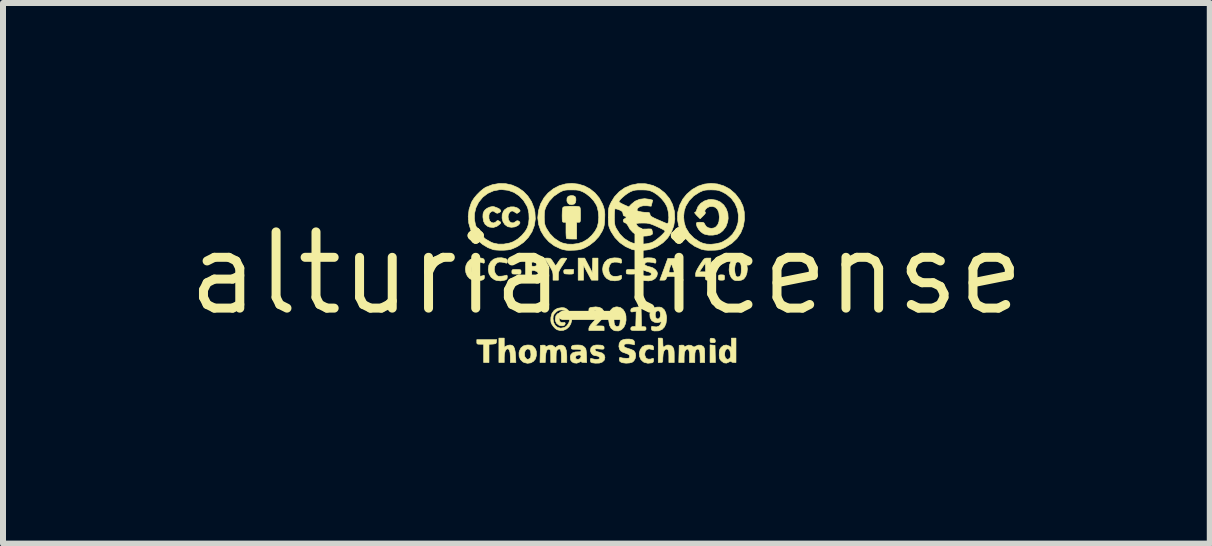
<source format=kicad_pcb>
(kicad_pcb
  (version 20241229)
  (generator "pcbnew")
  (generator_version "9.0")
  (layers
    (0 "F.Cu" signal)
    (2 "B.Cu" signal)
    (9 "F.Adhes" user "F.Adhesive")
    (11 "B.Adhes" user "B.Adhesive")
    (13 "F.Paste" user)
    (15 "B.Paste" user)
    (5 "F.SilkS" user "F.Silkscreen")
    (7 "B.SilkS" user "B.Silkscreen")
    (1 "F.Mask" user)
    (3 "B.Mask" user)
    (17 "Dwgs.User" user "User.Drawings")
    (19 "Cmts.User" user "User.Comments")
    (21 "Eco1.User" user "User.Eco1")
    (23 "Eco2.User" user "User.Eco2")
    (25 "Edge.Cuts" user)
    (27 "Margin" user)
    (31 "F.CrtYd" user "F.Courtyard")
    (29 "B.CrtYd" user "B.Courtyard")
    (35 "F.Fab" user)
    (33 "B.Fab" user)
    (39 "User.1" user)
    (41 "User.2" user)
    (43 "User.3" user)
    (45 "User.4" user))
  (footprint "alturia_license"
    (layer "F.Cu")
    (at 7.053 1.504)
    (property "Reference" "alturia_license" (at 0 0 0) (layer "F.SilkS") (effects (font (size 1.27 1.27) (thickness 0.15))))
    (attr exclude_from_pos_files exclude_from_bom)
    (fp_poly (pts (xy 1.81 1.2) (xy 1.813 1.343) (xy 1.817 1.486) (xy 1.727 1.486) (xy 1.727 1.192) (xy 1.81 1.2)) (stroke (width 0.01) (type solid)) (fill yes) (layer "F.SilkS"))
    (fp_poly (pts (xy 1.768 1.082) (xy 1.798 1.089) (xy 1.811 1.105) (xy 1.814 1.121) (xy 1.814 1.144) (xy 1.803 1.154) (xy 1.774 1.156) (xy 1.772 1.156) (xy 1.742 1.154) (xy 1.73 1.143) (xy 1.727 1.118) (xy 1.727 1.117) (xy 1.73 1.09) (xy 1.742 1.081) (xy 1.768 1.082)) (stroke (width 0.01) (type solid)) (fill yes) (layer "F.SilkS"))
    (fp_poly (pts (xy -0.14 0.114) (xy -0.248 0.114) (xy -0.314 -0.01) (xy -0.38 -0.133) (xy -0.381 -0.01) (xy -0.381 0.114) (xy -0.47 0.114) (xy -0.47 -0.254) (xy -0.416 -0.254) (xy -0.362 -0.254) (xy -0.298 -0.132) (xy -0.235 -0.011) (xy -0.231 -0.132) (xy -0.228 -0.254) (xy -0.14 -0.254) (xy -0.14 0.114)) (stroke (width 0.01) (type solid)) (fill yes) (layer "F.SilkS"))
    (fp_poly (pts (xy -1.831 1.14) (xy -1.836 1.161) (xy -1.849 1.172) (xy -1.877 1.177) (xy -1.895 1.179) (xy -1.956 1.182) (xy -1.956 1.486) (xy -2.045 1.486) (xy -2.045 1.181) (xy -2.102 1.181) (xy -2.137 1.18) (xy -2.154 1.174) (xy -2.159 1.157) (xy -2.159 1.143) (xy -2.159 1.105) (xy -1.827 1.105) (xy -1.831 1.14)) (stroke (width 0.01) (type solid)) (fill yes) (layer "F.SilkS"))
    (fp_poly (pts (xy -0.554 -1.294) (xy -0.526 -1.282) (xy -0.523 -1.28) (xy -0.51 -1.253) (xy -0.508 -1.217) (xy -0.515 -1.181) (xy -0.53 -1.158) (xy -0.533 -1.156) (xy -0.576 -1.144) (xy -0.617 -1.15) (xy -0.639 -1.166) (xy -0.658 -1.204) (xy -0.656 -1.249) (xy -0.647 -1.271) (xy -0.626 -1.287) (xy -0.591 -1.295) (xy -0.554 -1.294)) (stroke (width 0.01) (type solid)) (fill yes) (layer "F.SilkS"))
    (fp_poly (pts (xy 1.95 0.027) (xy 1.965 0.035) (xy 1.968 0.057) (xy 1.968 0.07) (xy 1.967 0.098) (xy 1.957 0.111) (xy 1.933 0.114) (xy 1.918 0.114) (xy 1.885 0.113) (xy 1.871 0.105) (xy 1.867 0.083) (xy 1.867 0.07) (xy 1.868 0.041) (xy 1.878 0.029) (xy 1.903 0.025) (xy 1.918 0.025) (xy 1.95 0.027)) (stroke (width 0.01) (type solid)) (fill yes) (layer "F.SilkS"))
    (fp_poly (pts (xy -0.546 -0.025) (xy -0.547 -0.004) (xy -0.554 0.007) (xy -0.574 0.012) (xy -0.612 0.013) (xy -0.62 0.013) (xy -0.662 0.011) (xy -0.692 0.008) (xy -0.703 0.004) (xy -0.709 -0.014) (xy -0.711 -0.034) (xy -0.709 -0.05) (xy -0.7 -0.059) (xy -0.678 -0.063) (xy -0.638 -0.063) (xy -0.629 -0.064) (xy -0.546 -0.064) (xy -0.546 -0.025)) (stroke (width 0.01) (type solid)) (fill yes) (layer "F.SilkS"))
    (fp_poly (pts (xy -1.456 -0.063) (xy -1.434 -0.06) (xy -1.424 -0.05) (xy -1.422 -0.032) (xy -1.422 -0.025) (xy -1.423 -0.004) (xy -1.43 0.007) (xy -1.449 0.012) (xy -1.486 0.013) (xy -1.499 0.013) (xy -1.541 0.012) (xy -1.564 0.009) (xy -1.573 -0.001) (xy -1.575 -0.019) (xy -1.575 -0.025) (xy -1.574 -0.046) (xy -1.567 -0.058) (xy -1.548 -0.063) (xy -1.511 -0.063) (xy -1.499 -0.064) (xy -1.456 -0.063)) (stroke (width 0.01) (type solid)) (fill yes) (layer "F.SilkS"))
    (fp_poly (pts (xy 0.449 -0.063) (xy 0.471 -0.06) (xy 0.481 -0.05) (xy 0.483 -0.032) (xy 0.483 -0.025) (xy 0.482 -0.004) (xy 0.475 0.007) (xy 0.456 0.012) (xy 0.419 0.013) (xy 0.406 0.013) (xy 0.364 0.012) (xy 0.341 0.009) (xy 0.332 -0.001) (xy 0.33 -0.019) (xy 0.33 -0.025) (xy 0.331 -0.046) (xy 0.338 -0.058) (xy 0.357 -0.063) (xy 0.394 -0.063) (xy 0.406 -0.064) (xy 0.449 -0.063)) (stroke (width 0.01) (type solid)) (fill yes) (layer "F.SilkS"))
    (fp_poly (pts (xy -1.702 1.233) (xy -1.674 1.214) (xy -1.64 1.199) (xy -1.604 1.194) (xy -1.571 1.2) (xy -1.547 1.219) (xy -1.53 1.255) (xy -1.519 1.31) (xy -1.514 1.372) (xy -1.508 1.486) (xy -1.6 1.486) (xy -1.6 1.396) (xy -1.604 1.327) (xy -1.615 1.282) (xy -1.633 1.26) (xy -1.644 1.257) (xy -1.671 1.269) (xy -1.689 1.303) (xy -1.7 1.357) (xy -1.702 1.4) (xy -1.702 1.486) (xy -1.791 1.486) (xy -1.791 1.079) (xy -1.702 1.079) (xy -1.702 1.233)) (stroke (width 0.01) (type solid)) (fill yes) (layer "F.SilkS"))
    (fp_poly (pts (xy -0.713 0.656) (xy -0.695 0.663) (xy -0.689 0.68) (xy -0.688 0.681) (xy -0.689 0.7) (xy -0.705 0.704) (xy -0.717 0.702) (xy -0.755 0.705) (xy -0.78 0.728) (xy -0.787 0.762) (xy -0.778 0.8) (xy -0.753 0.82) (xy -0.718 0.82) (xy -0.694 0.818) (xy -0.686 0.83) (xy -0.686 0.837) (xy -0.696 0.861) (xy -0.723 0.874) (xy -0.76 0.874) (xy -0.794 0.862) (xy -0.831 0.831) (xy -0.849 0.79) (xy -0.851 0.761) (xy -0.842 0.708) (xy -0.815 0.674) (xy -0.77 0.657) (xy -0.748 0.655) (xy -0.713 0.656)) (stroke (width 0.01) (type solid)) (fill yes) (layer "F.SilkS"))
    (fp_poly (pts (xy 0.743 1.196) (xy 0.772 1.206) (xy 0.785 1.224) (xy 0.787 1.246) (xy 0.785 1.271) (xy 0.775 1.275) (xy 0.757 1.268) (xy 0.711 1.258) (xy 0.674 1.27) (xy 0.648 1.3) (xy 0.639 1.343) (xy 0.641 1.367) (xy 0.658 1.408) (xy 0.691 1.429) (xy 0.735 1.429) (xy 0.748 1.425) (xy 0.775 1.417) (xy 0.786 1.423) (xy 0.787 1.446) (xy 0.787 1.447) (xy 0.781 1.477) (xy 0.759 1.491) (xy 0.691 1.498) (xy 0.63 1.483) (xy 0.614 1.474) (xy 0.575 1.437) (xy 0.553 1.386) (xy 0.548 1.328) (xy 0.564 1.272) (xy 0.565 1.27) (xy 0.6 1.224) (xy 0.649 1.199) (xy 0.694 1.194) (xy 0.743 1.196)) (stroke (width 0.01) (type solid)) (fill yes) (layer "F.SilkS"))
    (fp_poly (pts (xy 0.544 0.561) (xy 0.578 0.565) (xy 0.585 0.889) (xy 0.623 0.889) (xy 0.65 0.892) (xy 0.66 0.907) (xy 0.66 0.921) (xy 0.66 0.935) (xy 0.654 0.944) (xy 0.64 0.95) (xy 0.611 0.952) (xy 0.564 0.952) (xy 0.533 0.953) (xy 0.476 0.952) (xy 0.439 0.951) (xy 0.418 0.947) (xy 0.409 0.94) (xy 0.406 0.928) (xy 0.406 0.922) (xy 0.411 0.899) (xy 0.429 0.889) (xy 0.448 0.887) (xy 0.489 0.883) (xy 0.493 0.757) (xy 0.496 0.632) (xy 0.451 0.64) (xy 0.422 0.644) (xy 0.409 0.638) (xy 0.406 0.619) (xy 0.406 0.617) (xy 0.411 0.595) (xy 0.428 0.581) (xy 0.458 0.571) (xy 0.5 0.563) (xy 0.538 0.561) (xy 0.544 0.561)) (stroke (width 0.01) (type solid)) (fill yes) (layer "F.SilkS"))
    (fp_poly (pts (xy -0.116 0.567) (xy -0.072 0.59) (xy -0.045 0.628) (xy -0.039 0.664) (xy -0.042 0.7) (xy -0.057 0.734) (xy -0.086 0.773) (xy -0.125 0.816) (xy -0.183 0.876) (xy -0.111 0.876) (xy -0.07 0.877) (xy -0.048 0.881) (xy -0.04 0.891) (xy -0.038 0.911) (xy -0.038 0.914) (xy -0.038 0.953) (xy -0.292 0.953) (xy -0.292 0.919) (xy -0.285 0.894) (xy -0.264 0.86) (xy -0.226 0.816) (xy -0.21 0.799) (xy -0.165 0.75) (xy -0.138 0.713) (xy -0.129 0.684) (xy -0.136 0.66) (xy -0.153 0.641) (xy -0.171 0.627) (xy -0.189 0.623) (xy -0.216 0.63) (xy -0.236 0.637) (xy -0.292 0.657) (xy -0.292 0.616) (xy -0.289 0.586) (xy -0.273 0.572) (xy -0.252 0.567) (xy -0.177 0.559) (xy -0.116 0.567)) (stroke (width 0.01) (type solid)) (fill yes) (layer "F.SilkS"))
    (fp_poly (pts (xy 0.923 1.08) (xy 0.934 1.087) (xy 0.939 1.106) (xy 0.94 1.143) (xy 0.94 1.156) (xy 0.942 1.203) (xy 0.949 1.227) (xy 0.961 1.229) (xy 0.978 1.213) (xy 1.007 1.196) (xy 1.045 1.195) (xy 1.083 1.208) (xy 1.104 1.227) (xy 1.117 1.248) (xy 1.125 1.274) (xy 1.129 1.311) (xy 1.13 1.366) (xy 1.13 1.373) (xy 1.13 1.486) (xy 1.041 1.486) (xy 1.041 1.386) (xy 1.039 1.322) (xy 1.03 1.282) (xy 1.015 1.263) (xy 0.992 1.264) (xy 0.98 1.269) (xy 0.96 1.293) (xy 0.946 1.341) (xy 0.94 1.41) (xy 0.94 1.432) (xy 0.939 1.466) (xy 0.931 1.481) (xy 0.913 1.486) (xy 0.902 1.486) (xy 0.864 1.486) (xy 0.864 1.079) (xy 0.902 1.079) (xy 0.923 1.08)) (stroke (width 0.01) (type solid)) (fill yes) (layer "F.SilkS"))
    (fp_poly (pts (xy -1.486 -1.091) (xy -1.453 -1.066) (xy -1.438 -1.046) (xy -1.44 -1.033) (xy -1.46 -1.016) (xy -1.483 -1.001) (xy -1.5 -1.002) (xy -1.522 -1.017) (xy -1.557 -1.038) (xy -1.585 -1.037) (xy -1.613 -1.016) (xy -1.634 -0.977) (xy -1.638 -0.94) (xy -1.63 -0.892) (xy -1.608 -0.858) (xy -1.577 -0.841) (xy -1.543 -0.842) (xy -1.514 -0.861) (xy -1.489 -0.877) (xy -1.462 -0.872) (xy -1.462 -0.872) (xy -1.441 -0.853) (xy -1.443 -0.829) (xy -1.47 -0.801) (xy -1.474 -0.797) (xy -1.524 -0.774) (xy -1.582 -0.767) (xy -1.638 -0.776) (xy -1.647 -0.78) (xy -1.692 -0.813) (xy -1.723 -0.862) (xy -1.738 -0.919) (xy -1.736 -0.978) (xy -1.716 -1.032) (xy -1.697 -1.058) (xy -1.651 -1.091) (xy -1.596 -1.107) (xy -1.538 -1.107) (xy -1.486 -1.091)) (stroke (width 0.01) (type solid)) (fill yes) (layer "F.SilkS"))
    (fp_poly (pts (xy -1.262 1.197) (xy -1.232 1.208) (xy -1.206 1.231) (xy -1.18 1.264) (xy -1.168 1.302) (xy -1.166 1.355) (xy -1.167 1.372) (xy -1.182 1.426) (xy -1.215 1.466) (xy -1.26 1.491) (xy -1.314 1.499) (xy -1.37 1.486) (xy -1.393 1.474) (xy -1.432 1.436) (xy -1.454 1.384) (xy -1.455 1.348) (xy -1.366 1.348) (xy -1.36 1.387) (xy -1.34 1.417) (xy -1.337 1.419) (xy -1.318 1.432) (xy -1.303 1.432) (xy -1.282 1.422) (xy -1.266 1.407) (xy -1.259 1.38) (xy -1.257 1.347) (xy -1.263 1.296) (xy -1.281 1.266) (xy -1.311 1.259) (xy -1.317 1.26) (xy -1.343 1.276) (xy -1.36 1.308) (xy -1.366 1.348) (xy -1.455 1.348) (xy -1.456 1.325) (xy -1.45 1.296) (xy -1.423 1.242) (xy -1.382 1.209) (xy -1.325 1.195) (xy -1.305 1.194) (xy -1.262 1.197)) (stroke (width 0.01) (type solid)) (fill yes) (layer "F.SilkS"))
    (fp_poly (pts (xy -0.679 -0.252) (xy -0.661 -0.249) (xy -0.66 -0.247) (xy -0.667 -0.235) (xy -0.685 -0.206) (xy -0.711 -0.166) (xy -0.73 -0.136) (xy -0.763 -0.087) (xy -0.783 -0.05) (xy -0.795 -0.021) (xy -0.799 0.009) (xy -0.8 0.041) (xy -0.8 0.114) (xy -0.889 0.114) (xy -0.889 0.043) (xy -0.89 0.014) (xy -0.893 -0.011) (xy -0.901 -0.037) (xy -0.915 -0.068) (xy -0.938 -0.108) (xy -0.972 -0.161) (xy -1.013 -0.225) (xy -1.023 -0.244) (xy -1.019 -0.252) (xy -0.997 -0.254) (xy -0.981 -0.254) (xy -0.951 -0.252) (xy -0.93 -0.243) (xy -0.91 -0.222) (xy -0.889 -0.191) (xy -0.867 -0.157) (xy -0.851 -0.134) (xy -0.845 -0.127) (xy -0.836 -0.137) (xy -0.819 -0.162) (xy -0.8 -0.191) (xy -0.776 -0.226) (xy -0.756 -0.245) (xy -0.734 -0.253) (xy -0.71 -0.254) (xy -0.679 -0.252)) (stroke (width 0.01) (type solid)) (fill yes) (layer "F.SilkS"))
    (fp_poly (pts (xy -0.515 -1.117) (xy -0.474 -1.114) (xy -0.452 -1.11) (xy -0.442 -1.102) (xy -0.436 -1.084) (xy -0.433 -1.05) (xy -0.432 -0.998) (xy -0.432 -0.977) (xy -0.432 -0.919) (xy -0.433 -0.883) (xy -0.437 -0.862) (xy -0.444 -0.853) (xy -0.456 -0.851) (xy -0.464 -0.851) (xy -0.495 -0.851) (xy -0.495 -0.572) (xy -0.576 -0.572) (xy -0.619 -0.573) (xy -0.651 -0.576) (xy -0.665 -0.58) (xy -0.668 -0.595) (xy -0.671 -0.631) (xy -0.673 -0.68) (xy -0.673 -0.72) (xy -0.673 -0.851) (xy -0.705 -0.851) (xy -0.72 -0.852) (xy -0.729 -0.858) (xy -0.734 -0.873) (xy -0.736 -0.903) (xy -0.737 -0.953) (xy -0.737 -0.969) (xy -0.735 -1.034) (xy -0.73 -1.079) (xy -0.722 -1.102) (xy -0.721 -1.102) (xy -0.703 -1.109) (xy -0.666 -1.114) (xy -0.618 -1.117) (xy -0.565 -1.118) (xy -0.515 -1.117)) (stroke (width 0.01) (type solid)) (fill yes) (layer "F.SilkS"))
    (fp_poly (pts (xy 1.279 0.114) (xy 1.232 0.114) (xy 1.198 0.111) (xy 1.178 0.096) (xy 1.171 0.083) (xy 1.16 0.065) (xy 1.144 0.055) (xy 1.115 0.051) (xy 1.081 0.051) (xy 1.039 0.052) (xy 1.015 0.056) (xy 1.004 0.067) (xy 0.998 0.083) (xy 0.989 0.103) (xy 0.97 0.113) (xy 0.94 0.114) (xy 0.89 0.114) (xy 0.929 0.01) (xy 0.941 -0.025) (xy 1.043 -0.025) (xy 1.052 -0.015) (xy 1.078 -0.013) (xy 1.086 -0.013) (xy 1.116 -0.014) (xy 1.128 -0.022) (xy 1.126 -0.041) (xy 1.125 -0.046) (xy 1.113 -0.083) (xy 1.099 -0.119) (xy 1.083 -0.159) (xy 1.067 -0.121) (xy 1.054 -0.081) (xy 1.045 -0.048) (xy 1.043 -0.025) (xy 0.941 -0.025) (xy 0.951 -0.05) (xy 0.974 -0.113) (xy 0.993 -0.165) (xy 0.995 -0.171) (xy 1.023 -0.248) (xy 1.145 -0.248) (xy 1.279 0.114)) (stroke (width 0.01) (type solid)) (fill yes) (layer "F.SilkS"))
    (fp_poly (pts (xy -2.099 -0.256) (xy -2.067 -0.25) (xy -2.042 -0.238) (xy -2.033 -0.215) (xy -2.032 -0.202) (xy -2.034 -0.175) (xy -2.044 -0.169) (xy -2.054 -0.172) (xy -2.103 -0.186) (xy -2.154 -0.187) (xy -2.196 -0.176) (xy -2.209 -0.169) (xy -2.234 -0.134) (xy -2.246 -0.086) (xy -2.244 -0.035) (xy -2.228 0.009) (xy -2.223 0.016) (xy -2.2 0.039) (xy -2.171 0.049) (xy -2.138 0.051) (xy -2.097 0.048) (xy -2.064 0.041) (xy -2.057 0.038) (xy -2.039 0.032) (xy -2.033 0.042) (xy -2.032 0.062) (xy -2.037 0.09) (xy -2.057 0.107) (xy -2.072 0.113) (xy -2.143 0.125) (xy -2.218 0.117) (xy -2.227 0.114) (xy -2.28 0.086) (xy -2.318 0.043) (xy -2.341 -0.011) (xy -2.349 -0.071) (xy -2.34 -0.13) (xy -2.315 -0.183) (xy -2.273 -0.226) (xy -2.262 -0.233) (xy -2.217 -0.25) (xy -2.158 -0.258) (xy -2.099 -0.256)) (stroke (width 0.01) (type solid)) (fill yes) (layer "F.SilkS"))
    (fp_poly (pts (xy 0.197 -0.255) (xy 0.219 -0.25) (xy 0.244 -0.238) (xy 0.253 -0.215) (xy 0.254 -0.202) (xy 0.252 -0.175) (xy 0.242 -0.169) (xy 0.232 -0.172) (xy 0.183 -0.186) (xy 0.132 -0.187) (xy 0.09 -0.176) (xy 0.077 -0.169) (xy 0.052 -0.134) (xy 0.04 -0.086) (xy 0.042 -0.035) (xy 0.058 0.009) (xy 0.063 0.016) (xy 0.086 0.039) (xy 0.115 0.049) (xy 0.148 0.051) (xy 0.189 0.048) (xy 0.222 0.041) (xy 0.229 0.038) (xy 0.247 0.032) (xy 0.253 0.042) (xy 0.254 0.062) (xy 0.249 0.09) (xy 0.229 0.107) (xy 0.214 0.113) (xy 0.143 0.125) (xy 0.068 0.117) (xy 0.059 0.114) (xy 0.006 0.086) (xy -0.032 0.043) (xy -0.056 -0.011) (xy -0.063 -0.071) (xy -0.054 -0.13) (xy -0.028 -0.183) (xy 0.015 -0.226) (xy 0.021 -0.23) (xy 0.071 -0.25) (xy 0.134 -0.258) (xy 0.197 -0.255)) (stroke (width 0.01) (type solid)) (fill yes) (layer "F.SilkS"))
    (fp_poly (pts (xy 0.233 0.57) (xy 0.277 0.602) (xy 0.308 0.65) (xy 0.326 0.711) (xy 0.328 0.781) (xy 0.317 0.841) (xy 0.29 0.9) (xy 0.25 0.94) (xy 0.201 0.96) (xy 0.146 0.957) (xy 0.12 0.948) (xy 0.078 0.915) (xy 0.051 0.862) (xy 0.039 0.788) (xy 0.039 0.774) (xy 0.126 0.774) (xy 0.129 0.823) (xy 0.138 0.86) (xy 0.14 0.864) (xy 0.163 0.885) (xy 0.193 0.886) (xy 0.215 0.871) (xy 0.223 0.849) (xy 0.228 0.81) (xy 0.231 0.762) (xy 0.23 0.715) (xy 0.226 0.676) (xy 0.223 0.663) (xy 0.205 0.635) (xy 0.179 0.629) (xy 0.152 0.646) (xy 0.149 0.648) (xy 0.137 0.678) (xy 0.129 0.723) (xy 0.126 0.774) (xy 0.039 0.774) (xy 0.038 0.756) (xy 0.046 0.676) (xy 0.068 0.617) (xy 0.105 0.578) (xy 0.157 0.56) (xy 0.18 0.559) (xy 0.233 0.57)) (stroke (width 0.01) (type solid)) (fill yes) (layer "F.SilkS"))
    (fp_poly (pts (xy -1.707 -0.252) (xy -1.672 -0.242) (xy -1.656 -0.229) (xy -1.651 -0.209) (xy -1.651 -0.2) (xy -1.654 -0.175) (xy -1.664 -0.169) (xy -1.673 -0.171) (xy -1.7 -0.179) (xy -1.738 -0.186) (xy -1.748 -0.187) (xy -1.787 -0.189) (xy -1.813 -0.179) (xy -1.834 -0.161) (xy -1.86 -0.119) (xy -1.868 -0.067) (xy -1.858 -0.015) (xy -1.84 0.018) (xy -1.819 0.04) (xy -1.797 0.049) (xy -1.762 0.048) (xy -1.754 0.048) (xy -1.713 0.043) (xy -1.681 0.035) (xy -1.673 0.033) (xy -1.658 0.03) (xy -1.652 0.044) (xy -1.651 0.061) (xy -1.656 0.09) (xy -1.675 0.107) (xy -1.691 0.113) (xy -1.762 0.126) (xy -1.832 0.118) (xy -1.867 0.105) (xy -1.92 0.065) (xy -1.955 0.009) (xy -1.968 -0.06) (xy -1.968 -0.069) (xy -1.958 -0.138) (xy -1.927 -0.194) (xy -1.88 -0.235) (xy -1.819 -0.257) (xy -1.748 -0.26) (xy -1.707 -0.252)) (stroke (width 0.01) (type solid)) (fill yes) (layer "F.SilkS"))
    (fp_poly (pts (xy 2.159 1.486) (xy 2.122 1.486) (xy 2.094 1.481) (xy 2.08 1.471) (xy 2.069 1.464) (xy 2.045 1.476) (xy 2.044 1.477) (xy 2 1.496) (xy 1.957 1.491) (xy 1.917 1.461) (xy 1.895 1.437) (xy 1.884 1.412) (xy 1.88 1.377) (xy 1.88 1.367) (xy 1.971 1.367) (xy 1.98 1.402) (xy 1.988 1.415) (xy 2.011 1.432) (xy 2.031 1.431) (xy 2.049 1.419) (xy 2.064 1.401) (xy 2.069 1.371) (xy 2.068 1.341) (xy 2.059 1.292) (xy 2.041 1.264) (xy 2.015 1.257) (xy 1.997 1.265) (xy 1.98 1.288) (xy 1.971 1.326) (xy 1.971 1.367) (xy 1.88 1.367) (xy 1.88 1.348) (xy 1.882 1.3) (xy 1.89 1.268) (xy 1.907 1.24) (xy 1.912 1.233) (xy 1.953 1.201) (xy 1.999 1.194) (xy 2.047 1.212) (xy 2.051 1.214) (xy 2.083 1.235) (xy 2.083 1.079) (xy 2.159 1.079) (xy 2.159 1.486)) (stroke (width 0.01) (type solid)) (fill yes) (layer "F.SilkS"))
    (fp_poly (pts (xy 2.244 -0.251) (xy 2.283 -0.233) (xy 2.319 -0.192) (xy 2.341 -0.136) (xy 2.349 -0.073) (xy 2.342 -0.009) (xy 2.322 0.049) (xy 2.288 0.094) (xy 2.251 0.113) (xy 2.201 0.122) (xy 2.151 0.12) (xy 2.119 0.109) (xy 2.082 0.073) (xy 2.057 0.019) (xy 2.045 -0.05) (xy 2.045 -0.069) (xy 2.047 -0.089) (xy 2.138 -0.089) (xy 2.138 -0.036) (xy 2.146 0.011) (xy 2.159 0.044) (xy 2.161 0.046) (xy 2.187 0.062) (xy 2.216 0.054) (xy 2.228 0.044) (xy 2.24 0.022) (xy 2.246 -0.015) (xy 2.248 -0.068) (xy 2.246 -0.126) (xy 2.237 -0.163) (xy 2.221 -0.183) (xy 2.195 -0.19) (xy 2.189 -0.191) (xy 2.169 -0.185) (xy 2.155 -0.166) (xy 2.145 -0.137) (xy 2.138 -0.089) (xy 2.047 -0.089) (xy 2.052 -0.141) (xy 2.076 -0.198) (xy 2.107 -0.234) (xy 2.144 -0.253) (xy 2.193 -0.259) (xy 2.244 -0.251)) (stroke (width 0.01) (type solid)) (fill yes) (layer "F.SilkS"))
    (fp_poly (pts (xy -1.871 -1.11) (xy -1.819 -1.091) (xy -1.786 -1.075) (xy -1.768 -1.058) (xy -1.765 -1.053) (xy -1.76 -1.034) (xy -1.774 -1.019) (xy -1.787 -1.012) (xy -1.813 -1.001) (xy -1.834 -1.005) (xy -1.856 -1.019) (xy -1.881 -1.036) (xy -1.9 -1.037) (xy -1.923 -1.024) (xy -1.923 -1.024) (xy -1.947 -1.002) (xy -1.957 -0.97) (xy -1.957 -0.922) (xy -1.957 -0.914) (xy -1.944 -0.874) (xy -1.917 -0.848) (xy -1.883 -0.839) (xy -1.849 -0.851) (xy -1.836 -0.863) (xy -1.818 -0.879) (xy -1.801 -0.878) (xy -1.783 -0.868) (xy -1.762 -0.852) (xy -1.761 -0.839) (xy -1.774 -0.822) (xy -1.826 -0.782) (xy -1.885 -0.764) (xy -1.947 -0.771) (xy -1.976 -0.782) (xy -2.02 -0.816) (xy -2.047 -0.868) (xy -2.057 -0.937) (xy -2.057 -0.944) (xy -2.055 -0.991) (xy -2.044 -1.024) (xy -2.025 -1.053) (xy -1.989 -1.083) (xy -1.943 -1.104) (xy -1.897 -1.113) (xy -1.871 -1.11)) (stroke (width 0.01) (type solid)) (fill yes) (layer "F.SilkS"))
    (fp_poly (pts (xy -0.904 1.198) (xy -0.871 1.218) (xy -0.854 1.235) (xy -0.841 1.233) (xy -0.824 1.217) (xy -0.792 1.199) (xy -0.752 1.196) (xy -0.713 1.208) (xy -0.686 1.236) (xy -0.669 1.283) (xy -0.661 1.351) (xy -0.66 1.387) (xy -0.66 1.486) (xy -0.749 1.486) (xy -0.749 1.387) (xy -0.753 1.32) (xy -0.763 1.277) (xy -0.779 1.259) (xy -0.803 1.264) (xy -0.818 1.277) (xy -0.83 1.298) (xy -0.836 1.334) (xy -0.838 1.391) (xy -0.838 1.486) (xy -0.927 1.486) (xy -0.927 1.379) (xy -0.928 1.325) (xy -0.931 1.292) (xy -0.938 1.273) (xy -0.948 1.265) (xy -0.948 1.265) (xy -0.975 1.264) (xy -0.995 1.287) (xy -1.008 1.333) (xy -1.014 1.391) (xy -1.019 1.486) (xy -1.106 1.486) (xy -1.099 1.2) (xy -1.057 1.196) (xy -1.028 1.197) (xy -1.017 1.207) (xy -1.016 1.213) (xy -1.014 1.226) (xy -1.003 1.223) (xy -0.988 1.214) (xy -0.946 1.196) (xy -0.904 1.198)) (stroke (width 0.01) (type solid)) (fill yes) (layer "F.SilkS"))
    (fp_poly (pts (xy -0.098 1.196) (xy -0.061 1.204) (xy -0.043 1.219) (xy -0.038 1.239) (xy -0.04 1.254) (xy -0.048 1.262) (xy -0.07 1.264) (xy -0.11 1.261) (xy -0.116 1.261) (xy -0.158 1.257) (xy -0.181 1.259) (xy -0.189 1.265) (xy -0.189 1.277) (xy -0.176 1.296) (xy -0.143 1.308) (xy -0.128 1.311) (xy -0.073 1.327) (xy -0.039 1.355) (xy -0.026 1.395) (xy -0.025 1.404) (xy -0.036 1.447) (xy -0.068 1.478) (xy -0.117 1.495) (xy -0.183 1.497) (xy -0.238 1.49) (xy -0.26 1.479) (xy -0.267 1.452) (xy -0.267 1.447) (xy -0.265 1.422) (xy -0.254 1.417) (xy -0.234 1.423) (xy -0.192 1.433) (xy -0.152 1.434) (xy -0.121 1.427) (xy -0.11 1.416) (xy -0.114 1.398) (xy -0.137 1.382) (xy -0.172 1.373) (xy -0.191 1.372) (xy -0.224 1.36) (xy -0.251 1.332) (xy -0.266 1.294) (xy -0.267 1.283) (xy -0.256 1.238) (xy -0.226 1.209) (xy -0.177 1.195) (xy -0.156 1.194) (xy -0.098 1.196)) (stroke (width 0.01) (type solid)) (fill yes) (layer "F.SilkS"))
    (fp_poly (pts (xy 1.409 1.199) (xy 1.436 1.214) (xy 1.455 1.227) (xy 1.472 1.224) (xy 1.488 1.214) (xy 1.532 1.196) (xy 1.577 1.198) (xy 1.613 1.219) (xy 1.625 1.235) (xy 1.633 1.256) (xy 1.637 1.288) (xy 1.638 1.337) (xy 1.638 1.365) (xy 1.638 1.486) (xy 1.562 1.486) (xy 1.562 1.396) (xy 1.559 1.327) (xy 1.549 1.282) (xy 1.532 1.261) (xy 1.509 1.264) (xy 1.493 1.277) (xy 1.482 1.298) (xy 1.475 1.334) (xy 1.473 1.391) (xy 1.473 1.486) (xy 1.384 1.486) (xy 1.384 1.386) (xy 1.383 1.33) (xy 1.378 1.295) (xy 1.369 1.274) (xy 1.364 1.269) (xy 1.347 1.26) (xy 1.331 1.268) (xy 1.319 1.281) (xy 1.305 1.306) (xy 1.298 1.342) (xy 1.295 1.395) (xy 1.295 1.398) (xy 1.295 1.486) (xy 1.206 1.486) (xy 1.213 1.2) (xy 1.254 1.196) (xy 1.284 1.197) (xy 1.295 1.207) (xy 1.295 1.213) (xy 1.298 1.226) (xy 1.309 1.223) (xy 1.324 1.214) (xy 1.366 1.196) (xy 1.409 1.199)) (stroke (width 0.01) (type solid)) (fill yes) (layer "F.SilkS"))
    (fp_poly (pts (xy 1.74 -0.14) (xy 1.74 -0.085) (xy 1.742 -0.052) (xy 1.747 -0.034) (xy 1.755 -0.027) (xy 1.765 -0.025) (xy 1.784 -0.019) (xy 1.79 0.003) (xy 1.791 0.013) (xy 1.787 0.041) (xy 1.772 0.05) (xy 1.765 0.051) (xy 1.745 0.058) (xy 1.74 0.083) (xy 1.737 0.104) (xy 1.722 0.113) (xy 1.695 0.114) (xy 1.665 0.112) (xy 1.653 0.101) (xy 1.651 0.083) (xy 1.65 0.065) (xy 1.641 0.056) (xy 1.621 0.052) (xy 1.582 0.051) (xy 1.568 0.051) (xy 1.486 0.051) (xy 1.486 0.01) (xy 1.493 -0.023) (xy 1.494 -0.025) (xy 1.549 -0.025) (xy 1.651 -0.025) (xy 1.651 -0.095) (xy 1.65 -0.134) (xy 1.648 -0.159) (xy 1.646 -0.165) (xy 1.638 -0.155) (xy 1.619 -0.13) (xy 1.596 -0.095) (xy 1.549 -0.025) (xy 1.494 -0.025) (xy 1.516 -0.071) (xy 1.554 -0.135) (xy 1.559 -0.142) (xy 1.592 -0.192) (xy 1.615 -0.224) (xy 1.633 -0.242) (xy 1.65 -0.251) (xy 1.67 -0.254) (xy 1.686 -0.254) (xy 1.74 -0.254) (xy 1.74 -0.14)) (stroke (width 0.01) (type solid)) (fill yes) (layer "F.SilkS"))
    (fp_poly (pts (xy -0.704 0.574) (xy -0.675 0.585) (xy -0.645 0.609) (xy -0.635 0.62) (xy -0.596 0.672) (xy -0.578 0.73) (xy -0.578 0.787) (xy -0.594 0.842) (xy -0.623 0.89) (xy -0.664 0.927) (xy -0.714 0.949) (xy -0.771 0.953) (xy -0.82 0.94) (xy -0.852 0.919) (xy -0.885 0.883) (xy -0.911 0.844) (xy -0.922 0.817) (xy -0.926 0.785) (xy -0.925 0.759) (xy -0.889 0.759) (xy -0.879 0.821) (xy -0.852 0.869) (xy -0.811 0.901) (xy -0.761 0.914) (xy -0.706 0.904) (xy -0.687 0.896) (xy -0.654 0.868) (xy -0.627 0.825) (xy -0.611 0.779) (xy -0.61 0.763) (xy -0.618 0.718) (xy -0.639 0.672) (xy -0.667 0.636) (xy -0.675 0.63) (xy -0.707 0.616) (xy -0.748 0.61) (xy -0.753 0.61) (xy -0.791 0.614) (xy -0.823 0.632) (xy -0.846 0.653) (xy -0.873 0.684) (xy -0.886 0.713) (xy -0.889 0.753) (xy -0.889 0.759) (xy -0.925 0.759) (xy -0.925 0.742) (xy -0.924 0.731) (xy -0.906 0.665) (xy -0.868 0.615) (xy -0.814 0.583) (xy -0.746 0.572) (xy -0.743 0.572) (xy -0.704 0.574)) (stroke (width 0.01) (type solid)) (fill yes) (layer "F.SilkS"))
    (fp_poly (pts (xy 0.892 0.563) (xy 0.927 0.574) (xy 0.964 0.607) (xy 0.989 0.658) (xy 1.002 0.723) (xy 1.003 0.749) (xy 0.994 0.83) (xy 0.968 0.892) (xy 0.927 0.935) (xy 0.871 0.958) (xy 0.801 0.96) (xy 0.778 0.956) (xy 0.756 0.945) (xy 0.749 0.918) (xy 0.749 0.914) (xy 0.751 0.89) (xy 0.762 0.883) (xy 0.788 0.889) (xy 0.836 0.893) (xy 0.877 0.878) (xy 0.901 0.852) (xy 0.914 0.821) (xy 0.91 0.807) (xy 0.89 0.812) (xy 0.888 0.814) (xy 0.847 0.822) (xy 0.801 0.814) (xy 0.761 0.791) (xy 0.75 0.779) (xy 0.728 0.733) (xy 0.725 0.693) (xy 0.813 0.693) (xy 0.82 0.732) (xy 0.838 0.755) (xy 0.862 0.761) (xy 0.887 0.745) (xy 0.888 0.744) (xy 0.897 0.72) (xy 0.9 0.684) (xy 0.899 0.677) (xy 0.894 0.644) (xy 0.881 0.629) (xy 0.865 0.624) (xy 0.835 0.629) (xy 0.818 0.653) (xy 0.813 0.693) (xy 0.725 0.693) (xy 0.724 0.679) (xy 0.737 0.628) (xy 0.753 0.603) (xy 0.79 0.577) (xy 0.84 0.563) (xy 0.892 0.563)) (stroke (width 0.01) (type solid)) (fill yes) (layer "F.SilkS"))
    (fp_poly (pts (xy -0.428 1.197) (xy -0.395 1.208) (xy -0.372 1.224) (xy -0.355 1.241) (xy -0.344 1.258) (xy -0.338 1.284) (xy -0.334 1.323) (xy -0.332 1.37) (xy -0.328 1.486) (xy -0.373 1.486) (xy -0.403 1.483) (xy -0.419 1.475) (xy -0.419 1.472) (xy -0.428 1.469) (xy -0.447 1.479) (xy -0.493 1.497) (xy -0.541 1.492) (xy -0.573 1.475) (xy -0.595 1.446) (xy -0.6 1.414) (xy -0.513 1.414) (xy -0.513 1.414) (xy -0.495 1.431) (xy -0.468 1.434) (xy -0.442 1.422) (xy -0.432 1.411) (xy -0.42 1.38) (xy -0.428 1.364) (xy -0.456 1.359) (xy -0.492 1.367) (xy -0.513 1.387) (xy -0.513 1.414) (xy -0.6 1.414) (xy -0.602 1.403) (xy -0.593 1.357) (xy -0.565 1.326) (xy -0.517 1.31) (xy -0.48 1.308) (xy -0.443 1.307) (xy -0.425 1.301) (xy -0.421 1.29) (xy -0.422 1.286) (xy -0.428 1.273) (xy -0.446 1.267) (xy -0.48 1.265) (xy -0.505 1.265) (xy -0.548 1.265) (xy -0.572 1.262) (xy -0.582 1.253) (xy -0.584 1.238) (xy -0.584 1.238) (xy -0.579 1.216) (xy -0.562 1.202) (xy -0.528 1.196) (xy -0.476 1.194) (xy -0.428 1.197)) (stroke (width 0.01) (type solid)) (fill yes) (layer "F.SilkS"))
    (fp_poly (pts (xy 0.751 -0.257) (xy 0.792 -0.25) (xy 0.815 -0.236) (xy 0.825 -0.214) (xy 0.826 -0.202) (xy 0.823 -0.175) (xy 0.813 -0.169) (xy 0.803 -0.172) (xy 0.777 -0.179) (xy 0.738 -0.185) (xy 0.723 -0.187) (xy 0.682 -0.188) (xy 0.658 -0.181) (xy 0.648 -0.171) (xy 0.637 -0.152) (xy 0.646 -0.138) (xy 0.653 -0.133) (xy 0.68 -0.12) (xy 0.718 -0.109) (xy 0.728 -0.107) (xy 0.773 -0.092) (xy 0.813 -0.065) (xy 0.841 -0.031) (xy 0.851 -0.000347) (xy 0.84 0.05) (xy 0.809 0.089) (xy 0.762 0.115) (xy 0.701 0.126) (xy 0.631 0.12) (xy 0.6 0.113) (xy 0.571 0.101) (xy 0.56 0.081) (xy 0.559 0.062) (xy 0.561 0.036) (xy 0.571 0.03) (xy 0.587 0.034) (xy 0.617 0.04) (xy 0.659 0.044) (xy 0.679 0.044) (xy 0.718 0.043) (xy 0.738 0.037) (xy 0.746 0.024) (xy 0.747 0.016) (xy 0.746 -0.000157) (xy 0.734 -0.012) (xy 0.706 -0.024) (xy 0.677 -0.032) (xy 0.617 -0.054) (xy 0.578 -0.08) (xy 0.558 -0.112) (xy 0.554 -0.146) (xy 0.564 -0.197) (xy 0.595 -0.234) (xy 0.644 -0.255) (xy 0.689 -0.259) (xy 0.751 -0.257)) (stroke (width 0.01) (type solid)) (fill yes) (layer "F.SilkS"))
    (fp_poly (pts (xy -1.241 -0.254) (xy -1.17 -0.251) (xy -1.119 -0.241) (xy -1.085 -0.223) (xy -1.065 -0.196) (xy -1.061 -0.186) (xy -1.055 -0.151) (xy -1.068 -0.116) (xy -1.069 -0.114) (xy -1.082 -0.088) (xy -1.081 -0.072) (xy -1.066 -0.056) (xy -1.045 -0.022) (xy -1.041 0.021) (xy -1.054 0.063) (xy -1.075 0.088) (xy -1.095 0.101) (xy -1.119 0.109) (xy -1.155 0.113) (xy -1.207 0.114) (xy -1.227 0.114) (xy -1.346 0.114) (xy -1.346 -0.002) (xy -1.245 -0.002) (xy -1.243 0.032) (xy -1.236 0.047) (xy -1.215 0.051) (xy -1.201 0.051) (xy -1.164 0.045) (xy -1.143 0.025) (xy -1.142 0.024) (xy -1.137 -0.006) (xy -1.156 -0.029) (xy -1.198 -0.045) (xy -1.203 -0.046) (xy -1.23 -0.05) (xy -1.241 -0.044) (xy -1.244 -0.021) (xy -1.245 -0.002) (xy -1.346 -0.002) (xy -1.346 -0.152) (xy -1.245 -0.152) (xy -1.242 -0.125) (xy -1.23 -0.116) (xy -1.203 -0.117) (xy -1.174 -0.123) (xy -1.163 -0.138) (xy -1.162 -0.152) (xy -1.166 -0.175) (xy -1.184 -0.185) (xy -1.203 -0.188) (xy -1.232 -0.189) (xy -1.243 -0.178) (xy -1.245 -0.152) (xy -1.346 -0.152) (xy -1.346 -0.254) (xy -1.241 -0.254)) (stroke (width 0.01) (type solid)) (fill yes) (layer "F.SilkS"))
    (fp_poly (pts (xy 0.419 1.101) (xy 0.45 1.113) (xy 0.464 1.131) (xy 0.468 1.155) (xy 0.469 1.183) (xy 0.462 1.191) (xy 0.449 1.187) (xy 0.423 1.18) (xy 0.383 1.176) (xy 0.362 1.175) (xy 0.324 1.176) (xy 0.304 1.182) (xy 0.296 1.195) (xy 0.294 1.203) (xy 0.295 1.219) (xy 0.307 1.232) (xy 0.336 1.243) (xy 0.364 1.252) (xy 0.408 1.266) (xy 0.443 1.282) (xy 0.459 1.291) (xy 0.482 1.327) (xy 0.488 1.372) (xy 0.48 1.419) (xy 0.457 1.459) (xy 0.432 1.48) (xy 0.386 1.493) (xy 0.328 1.497) (xy 0.271 1.49) (xy 0.251 1.484) (xy 0.225 1.468) (xy 0.216 1.441) (xy 0.216 1.433) (xy 0.218 1.407) (xy 0.229 1.401) (xy 0.244 1.405) (xy 0.275 1.412) (xy 0.317 1.415) (xy 0.33 1.416) (xy 0.365 1.415) (xy 0.382 1.408) (xy 0.387 1.393) (xy 0.387 1.384) (xy 0.384 1.365) (xy 0.371 1.352) (xy 0.342 1.339) (xy 0.314 1.329) (xy 0.267 1.312) (xy 0.239 1.292) (xy 0.221 1.268) (xy 0.208 1.219) (xy 0.213 1.17) (xy 0.236 1.129) (xy 0.241 1.124) (xy 0.276 1.106) (xy 0.325 1.096) (xy 0.38 1.095) (xy 0.419 1.101)) (stroke (width 0.01) (type solid)) (fill yes) (layer "F.SilkS"))
    (fp_poly (pts (xy 1.827 -1.22) (xy 1.898 -1.188) (xy 1.956 -1.138) (xy 1.998 -1.073) (xy 2.024 -0.998) (xy 2.029 -0.915) (xy 2.021 -0.86) (xy 1.992 -0.779) (xy 1.942 -0.712) (xy 1.898 -0.675) (xy 1.844 -0.649) (xy 1.777 -0.637) (xy 1.705 -0.637) (xy 1.64 -0.651) (xy 1.616 -0.661) (xy 1.573 -0.692) (xy 1.536 -0.734) (xy 1.509 -0.781) (xy 1.499 -0.823) (xy 1.499 -0.823) (xy 1.501 -0.84) (xy 1.514 -0.848) (xy 1.543 -0.851) (xy 1.563 -0.851) (xy 1.601 -0.85) (xy 1.623 -0.843) (xy 1.634 -0.828) (xy 1.64 -0.815) (xy 1.664 -0.779) (xy 1.703 -0.757) (xy 1.75 -0.749) (xy 1.796 -0.757) (xy 1.827 -0.776) (xy 1.858 -0.815) (xy 1.876 -0.865) (xy 1.882 -0.933) (xy 1.882 -0.941) (xy 1.874 -1.012) (xy 1.851 -1.066) (xy 1.814 -1.101) (xy 1.765 -1.115) (xy 1.717 -1.11) (xy 1.684 -1.095) (xy 1.657 -1.072) (xy 1.641 -1.047) (xy 1.641 -1.026) (xy 1.648 -1.018) (xy 1.651 -1.006) (xy 1.636 -0.983) (xy 1.613 -0.959) (xy 1.562 -0.909) (xy 1.508 -0.962) (xy 1.479 -0.995) (xy 1.469 -1.012) (xy 1.475 -1.016) (xy 1.493 -1.027) (xy 1.502 -1.051) (xy 1.527 -1.113) (xy 1.572 -1.166) (xy 1.631 -1.205) (xy 1.701 -1.228) (xy 1.746 -1.232) (xy 1.827 -1.22)) (stroke (width 0.01) (type solid)) (fill yes) (layer "F.SilkS"))
    (fp_poly (pts (xy -1.677 -1.494) (xy -1.572 -1.471) (xy -1.473 -1.427) (xy -1.384 -1.366) (xy -1.309 -1.288) (xy -1.248 -1.195) (xy -1.206 -1.088) (xy -1.191 -1.021) (xy -1.184 -0.906) (xy -1.201 -0.795) (xy -1.24 -0.692) (xy -1.301 -0.598) (xy -1.38 -0.516) (xy -1.477 -0.45) (xy -1.507 -0.435) (xy -1.559 -0.412) (xy -1.601 -0.397) (xy -1.644 -0.39) (xy -1.697 -0.386) (xy -1.72 -0.385) (xy -1.778 -0.385) (xy -1.833 -0.388) (xy -1.874 -0.392) (xy -1.883 -0.394) (xy -1.973 -0.428) (xy -2.061 -0.481) (xy -2.142 -0.548) (xy -2.207 -0.626) (xy -2.209 -0.628) (xy -2.262 -0.728) (xy -2.293 -0.836) (xy -2.298 -0.901) (xy -2.199 -0.901) (xy -2.181 -0.808) (xy -2.144 -0.719) (xy -2.088 -0.64) (xy -2.015 -0.572) (xy -1.924 -0.52) (xy -1.888 -0.505) (xy -1.804 -0.487) (xy -1.71 -0.487) (xy -1.616 -0.504) (xy -1.553 -0.526) (xy -1.479 -0.57) (xy -1.409 -0.631) (xy -1.35 -0.702) (xy -1.317 -0.759) (xy -1.296 -0.828) (xy -1.288 -0.91) (xy -1.291 -0.996) (xy -1.307 -1.076) (xy -1.323 -1.119) (xy -1.38 -1.214) (xy -1.453 -1.291) (xy -1.539 -1.348) (xy -1.636 -1.383) (xy -1.741 -1.395) (xy -1.778 -1.394) (xy -1.882 -1.374) (xy -1.977 -1.332) (xy -2.059 -1.269) (xy -2.062 -1.266) (xy -2.129 -1.183) (xy -2.174 -1.092) (xy -2.197 -0.997) (xy -2.199 -0.901) (xy -2.298 -0.901) (xy -2.302 -0.949) (xy -2.288 -1.063) (xy -2.251 -1.174) (xy -2.239 -1.199) (xy -2.205 -1.252) (xy -2.157 -1.31) (xy -2.102 -1.365) (xy -2.047 -1.41) (xy -2.01 -1.434) (xy -1.899 -1.477) (xy -1.787 -1.497) (xy -1.677 -1.494)) (stroke (width 0.01) (type solid)) (fill yes) (layer "F.SilkS"))
    (fp_poly (pts (xy 1.851 -1.489) (xy 1.956 -1.457) (xy 2.055 -1.404) (xy 2.144 -1.328) (xy 2.152 -1.319) (xy 2.225 -1.224) (xy 2.274 -1.123) (xy 2.297 -1.022) (xy 2.301 -0.897) (xy 2.281 -0.781) (xy 2.239 -0.675) (xy 2.175 -0.581) (xy 2.09 -0.501) (xy 1.986 -0.436) (xy 1.984 -0.435) (xy 1.936 -0.412) (xy 1.897 -0.398) (xy 1.858 -0.39) (xy 1.81 -0.386) (xy 1.767 -0.385) (xy 1.693 -0.384) (xy 1.636 -0.389) (xy 1.587 -0.4) (xy 1.575 -0.404) (xy 1.471 -0.451) (xy 1.38 -0.516) (xy 1.304 -0.597) (xy 1.245 -0.69) (xy 1.204 -0.792) (xy 1.184 -0.899) (xy 1.186 -0.945) (xy 1.287 -0.945) (xy 1.295 -0.853) (xy 1.319 -0.77) (xy 1.323 -0.76) (xy 1.381 -0.665) (xy 1.458 -0.587) (xy 1.552 -0.525) (xy 1.611 -0.5) (xy 1.67 -0.487) (xy 1.743 -0.484) (xy 1.82 -0.492) (xy 1.892 -0.508) (xy 1.933 -0.523) (xy 2.025 -0.579) (xy 2.1 -0.65) (xy 2.156 -0.735) (xy 2.19 -0.831) (xy 2.195 -0.858) (xy 2.2 -0.967) (xy 2.183 -1.071) (xy 2.143 -1.165) (xy 2.083 -1.248) (xy 2.003 -1.316) (xy 1.946 -1.349) (xy 1.902 -1.369) (xy 1.865 -1.382) (xy 1.827 -1.388) (xy 1.778 -1.39) (xy 1.746 -1.391) (xy 1.688 -1.39) (xy 1.645 -1.386) (xy 1.609 -1.377) (xy 1.57 -1.36) (xy 1.547 -1.349) (xy 1.455 -1.29) (xy 1.38 -1.212) (xy 1.322 -1.118) (xy 1.296 -1.036) (xy 1.287 -0.945) (xy 1.186 -0.945) (xy 1.188 -1.008) (xy 1.19 -1.022) (xy 1.221 -1.136) (xy 1.274 -1.238) (xy 1.34 -1.32) (xy 1.43 -1.397) (xy 1.529 -1.453) (xy 1.634 -1.487) (xy 1.743 -1.499) (xy 1.851 -1.489)) (stroke (width 0.01) (type solid)) (fill yes) (layer "F.SilkS"))
    (fp_poly (pts (xy -0.469 -1.487) (xy -0.368 -1.457) (xy -0.275 -1.408) (xy -0.191 -1.341) (xy -0.12 -1.257) (xy -0.066 -1.157) (xy -0.05 -1.117) (xy -0.037 -1.071) (xy -0.029 -1.029) (xy -0.026 -0.98) (xy -0.028 -0.916) (xy -0.028 -0.908) (xy -0.031 -0.845) (xy -0.037 -0.798) (xy -0.047 -0.759) (xy -0.063 -0.718) (xy -0.073 -0.698) (xy -0.126 -0.612) (xy -0.199 -0.533) (xy -0.284 -0.467) (xy -0.351 -0.429) (xy -0.397 -0.409) (xy -0.438 -0.397) (xy -0.484 -0.389) (xy -0.544 -0.385) (xy -0.557 -0.385) (xy -0.622 -0.383) (xy -0.67 -0.386) (xy -0.712 -0.394) (xy -0.758 -0.407) (xy -0.763 -0.409) (xy -0.867 -0.458) (xy -0.958 -0.526) (xy -1.033 -0.61) (xy -1.091 -0.706) (xy -1.128 -0.811) (xy -1.143 -0.921) (xy -1.143 -0.93) (xy -1.142 -0.94) (xy -1.035 -0.94) (xy -1.035 -0.933) (xy -1.033 -0.874) (xy -1.029 -0.831) (xy -1.02 -0.796) (xy -1.004 -0.759) (xy -0.999 -0.749) (xy -0.941 -0.66) (xy -0.867 -0.584) (xy -0.783 -0.528) (xy -0.731 -0.505) (xy -0.651 -0.487) (xy -0.56 -0.485) (xy -0.469 -0.497) (xy -0.39 -0.524) (xy -0.314 -0.569) (xy -0.245 -0.631) (xy -0.189 -0.702) (xy -0.152 -0.771) (xy -0.134 -0.847) (xy -0.127 -0.934) (xy -0.134 -1.022) (xy -0.152 -1.102) (xy -0.166 -1.137) (xy -0.211 -1.208) (xy -0.273 -1.275) (xy -0.345 -1.331) (xy -0.391 -1.357) (xy -0.43 -1.373) (xy -0.466 -1.384) (xy -0.507 -1.389) (xy -0.562 -1.39) (xy -0.584 -1.39) (xy -0.643 -1.39) (xy -0.684 -1.386) (xy -0.717 -1.379) (xy -0.75 -1.365) (xy -0.784 -1.347) (xy -0.877 -1.284) (xy -0.952 -1.202) (xy -1.001 -1.12) (xy -1.018 -1.079) (xy -1.029 -1.042) (xy -1.033 -0.998) (xy -1.035 -0.94) (xy -1.142 -0.94) (xy -1.131 -1.046) (xy -1.096 -1.157) (xy -1.039 -1.259) (xy -0.973 -1.337) (xy -0.882 -1.41) (xy -0.784 -1.461) (xy -0.68 -1.49) (xy -0.574 -1.499) (xy -0.469 -1.487)) (stroke (width 0.01) (type solid)) (fill yes) (layer "F.SilkS"))
    (fp_poly (pts (xy 0.642 -1.493) (xy 0.667 -1.49) (xy 0.778 -1.463) (xy 0.876 -1.415) (xy 0.966 -1.345) (xy 0.978 -1.333) (xy 1.052 -1.245) (xy 1.102 -1.148) (xy 1.132 -1.038) (xy 1.134 -1.022) (xy 1.14 -0.903) (xy 1.122 -0.789) (xy 1.082 -0.684) (xy 1.022 -0.59) (xy 0.943 -0.51) (xy 0.848 -0.447) (xy 0.748 -0.405) (xy 0.679 -0.39) (xy 0.599 -0.383) (xy 0.519 -0.384) (xy 0.449 -0.393) (xy 0.425 -0.399) (xy 0.32 -0.445) (xy 0.224 -0.512) (xy 0.142 -0.597) (xy 0.079 -0.694) (xy 0.073 -0.707) (xy 0.055 -0.747) (xy 0.043 -0.779) (xy 0.036 -0.812) (xy 0.033 -0.853) (xy 0.032 -0.908) (xy 0.032 -0.936) (xy 0.133 -0.936) (xy 0.134 -0.873) (xy 0.138 -0.828) (xy 0.144 -0.795) (xy 0.156 -0.765) (xy 0.164 -0.749) (xy 0.224 -0.655) (xy 0.294 -0.583) (xy 0.379 -0.529) (xy 0.436 -0.505) (xy 0.507 -0.489) (xy 0.59 -0.485) (xy 0.674 -0.493) (xy 0.748 -0.511) (xy 0.766 -0.518) (xy 0.799 -0.537) (xy 0.84 -0.566) (xy 0.883 -0.601) (xy 0.923 -0.637) (xy 0.955 -0.67) (xy 0.975 -0.696) (xy 0.978 -0.705) (xy 0.967 -0.716) (xy 0.937 -0.734) (xy 0.893 -0.756) (xy 0.844 -0.779) (xy 0.784 -0.805) (xy 0.739 -0.822) (xy 0.702 -0.832) (xy 0.665 -0.837) (xy 0.62 -0.838) (xy 0.603 -0.838) (xy 0.545 -0.837) (xy 0.509 -0.832) (xy 0.495 -0.825) (xy 0.495 -0.825) (xy 0.504 -0.808) (xy 0.524 -0.782) (xy 0.534 -0.773) (xy 0.556 -0.752) (xy 0.576 -0.741) (xy 0.603 -0.737) (xy 0.645 -0.738) (xy 0.66 -0.738) (xy 0.704 -0.74) (xy 0.738 -0.739) (xy 0.753 -0.736) (xy 0.753 -0.736) (xy 0.759 -0.721) (xy 0.766 -0.692) (xy 0.766 -0.69) (xy 0.769 -0.666) (xy 0.762 -0.649) (xy 0.742 -0.638) (xy 0.704 -0.628) (xy 0.676 -0.623) (xy 0.592 -0.619) (xy 0.515 -0.637) (xy 0.447 -0.677) (xy 0.393 -0.735) (xy 0.374 -0.769) (xy 0.347 -0.815) (xy 0.322 -0.838) (xy 0.313 -0.841) (xy 0.29 -0.853) (xy 0.28 -0.876) (xy 0.286 -0.898) (xy 0.304 -0.91) (xy 0.325 -0.923) (xy 0.329 -0.94) (xy 0.315 -0.951) (xy 0.306 -0.953) (xy 0.287 -0.96) (xy 0.278 -0.985) (xy 0.277 -0.993) (xy 0.271 -1.019) (xy 0.256 -1.036) (xy 0.225 -1.053) (xy 0.212 -1.058) (xy 0.176 -1.071) (xy 0.15 -1.075) (xy 0.142 -1.074) (xy 0.139 -1.058) (xy 0.136 -1.023) (xy 0.134 -0.973) (xy 0.133 -0.936) (xy 0.032 -0.936) (xy 0.032 -0.94) (xy 0.032 -1.004) (xy 0.034 -1.051) (xy 0.039 -1.086) (xy 0.049 -1.118) (xy 0.064 -1.153) (xy 0.073 -1.172) (xy 0.085 -1.193) (xy 0.21 -1.193) (xy 0.22 -1.182) (xy 0.249 -1.164) (xy 0.289 -1.145) (xy 0.292 -1.143) (xy 0.374 -1.107) (xy 0.414 -1.15) (xy 0.478 -1.202) (xy 0.554 -1.234) (xy 0.638 -1.244) (xy 0.725 -1.232) (xy 0.726 -1.232) (xy 0.772 -1.219) (xy 0.759 -1.168) (xy 0.746 -1.118) (xy 0.678 -1.126) (xy 0.614 -1.126) (xy 0.562 -1.114) (xy 0.527 -1.089) (xy 0.52 -1.079) (xy 0.51 -1.057) (xy 0.508 -1.05) (xy 0.519 -1.04) (xy 0.549 -1.03) (xy 0.59 -1.022) (xy 0.634 -1.017) (xy 0.655 -1.016) (xy 0.694 -1.015) (xy 0.715 -1.01) (xy 0.724 -0.998) (xy 0.726 -0.983) (xy 0.731 -0.967) (xy 0.742 -0.953) (xy 0.764 -0.938) (xy 0.802 -0.918) (xy 0.858 -0.893) (xy 0.87 -0.888) (xy 0.925 -0.864) (xy 0.971 -0.844) (xy 1.004 -0.831) (xy 1.019 -0.826) (xy 1.019 -0.826) (xy 1.026 -0.837) (xy 1.035 -0.864) (xy 1.036 -0.871) (xy 1.04 -0.934) (xy 1.034 -1.008) (xy 1.019 -1.08) (xy 1.004 -1.122) (xy 0.968 -1.184) (xy 0.916 -1.247) (xy 0.854 -1.304) (xy 0.79 -1.348) (xy 0.776 -1.355) (xy 0.738 -1.372) (xy 0.703 -1.383) (xy 0.662 -1.388) (xy 0.608 -1.39) (xy 0.584 -1.39) (xy 0.524 -1.39) (xy 0.48 -1.386) (xy 0.445 -1.378) (xy 0.41 -1.364) (xy 0.393 -1.356) (xy 0.353 -1.332) (xy 0.31 -1.301) (xy 0.269 -1.266) (xy 0.235 -1.233) (xy 0.214 -1.206) (xy 0.21 -1.193) (xy 0.085 -1.193) (xy 0.134 -1.274) (xy 0.213 -1.359) (xy 0.306 -1.425) (xy 0.41 -1.47) (xy 0.523 -1.493) (xy 0.642 -1.493)) (stroke (width 0.01) (type solid)) (fill yes) (layer "F.SilkS")))
  (gr_rect
    (start -3 -3)
    (end 17.106 6.007)
    (stroke (width 0.1) (type default))
    (fill no)
    (layer "Edge.Cuts")))
</source>
